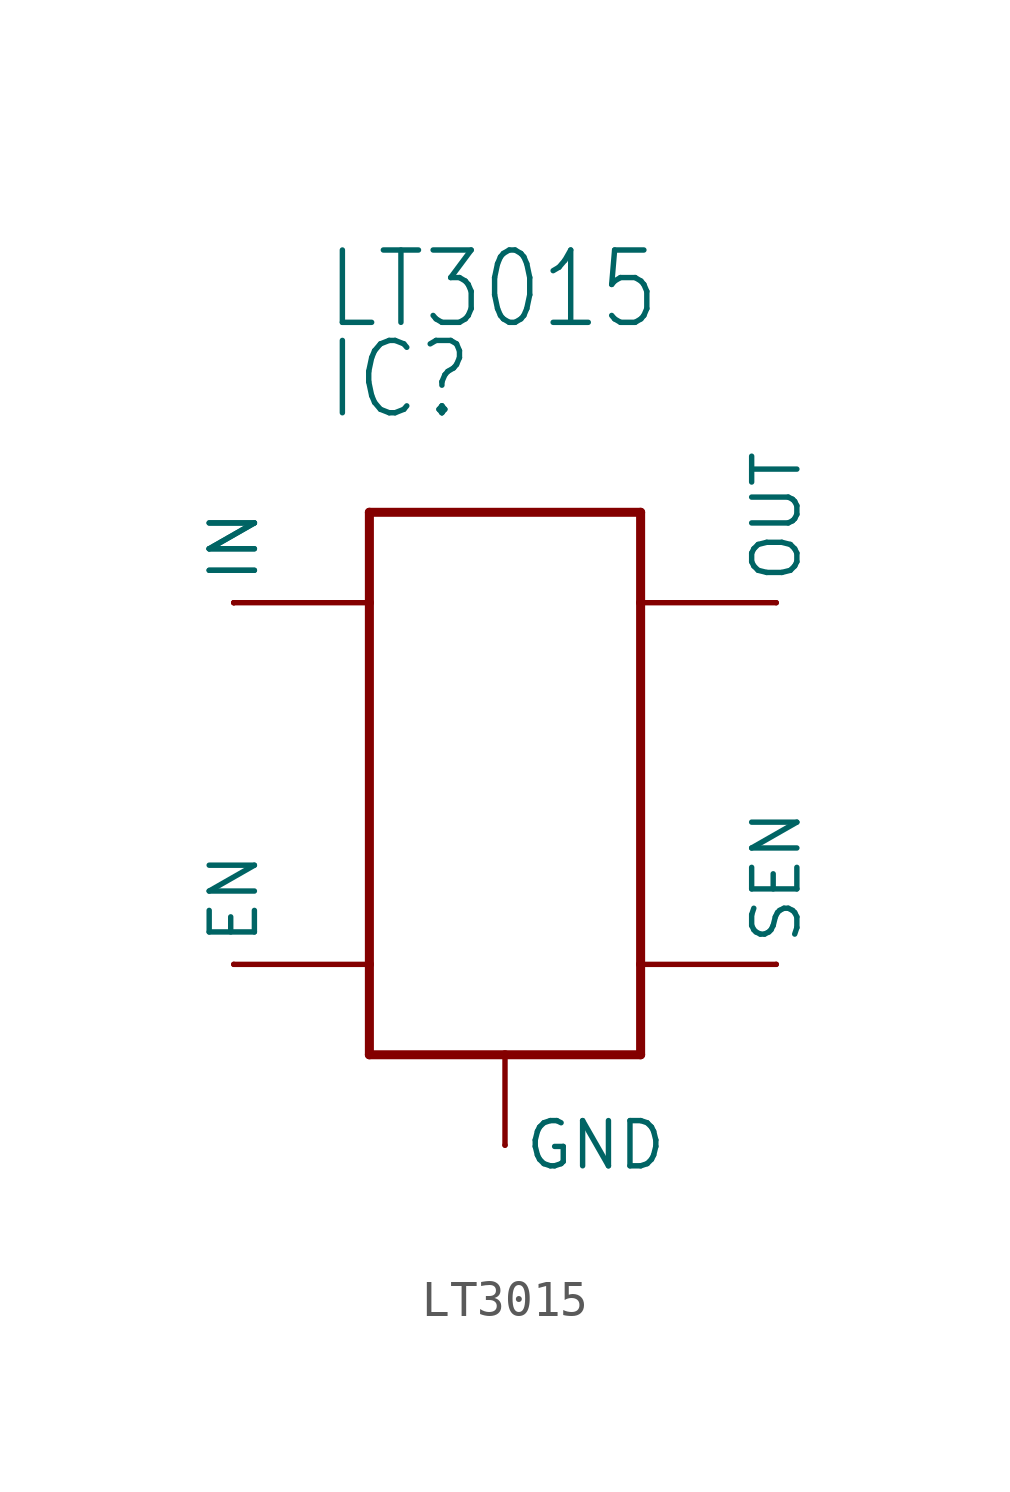
<source format=kicad_sym>
(kicad_symbol_lib
  (version 20211014)
  (generator kicad_symbol_editor)
  (symbol "LT3015"
    (property "Reference" "IC"
      (at -5.08 10.16 0)
      (effects (font (size 2.032 1.727)) (justify left bottom)))
    (property "Value" "LT3015"
      (at -5.08 12.7 0)
      (effects (font (size 2.032 1.727)) (justify left bottom)))
    (property "ki_locked" ""
      (at 0 0 0)
      (effects (font (size 1.27 1.27))))
    (symbol "LT3015_1_0"
      (polyline (pts (xy -3.81 -7.62) (xy -3.81 -5.08)) (stroke (width 0.254) (type default) (color 0 0 0 0)) (fill (type none)))
      (polyline (pts (xy -3.81 -5.08) (xy -7.62 -5.08)) (stroke (width 0.152) (type default) (color 0 0 0 0)) (fill (type none)))
      (polyline (pts (xy -3.81 -5.08) (xy -3.81 5.08)) (stroke (width 0.254) (type default) (color 0 0 0 0)) (fill (type none)))
      (polyline (pts (xy -3.81 5.08) (xy -7.62 5.08)) (stroke (width 0.152) (type default) (color 0 0 0 0)) (fill (type none)))
      (polyline (pts (xy -3.81 5.08) (xy -3.81 7.62)) (stroke (width 0.254) (type default) (color 0 0 0 0)) (fill (type none)))
      (polyline (pts (xy -3.81 7.62) (xy 3.81 7.62)) (stroke (width 0.254) (type default) (color 0 0 0 0)) (fill (type none)))
      (polyline (pts (xy 0 -7.62) (xy -3.81 -7.62)) (stroke (width 0.254) (type default) (color 0 0 0 0)) (fill (type none)))
      (polyline (pts (xy 0 -7.62) (xy 0 -10.16)) (stroke (width 0.152) (type default) (color 0 0 0 0)) (fill (type none)))
      (polyline (pts (xy 3.81 -7.62) (xy 0 -7.62)) (stroke (width 0.254) (type default) (color 0 0 0 0)) (fill (type none)))
      (polyline (pts (xy 3.81 -5.08) (xy 3.81 -7.62)) (stroke (width 0.254) (type default) (color 0 0 0 0)) (fill (type none)))
      (polyline (pts (xy 3.81 -5.08) (xy 7.62 -5.08)) (stroke (width 0.152) (type default) (color 0 0 0 0)) (fill (type none)))
      (polyline (pts (xy 3.81 5.08) (xy 3.81 -5.08)) (stroke (width 0.254) (type default) (color 0 0 0 0)) (fill (type none)))
      (polyline (pts (xy 3.81 5.08) (xy 7.62 5.08)) (stroke (width 0.152) (type default) (color 0 0 0 0)) (fill (type none)))
      (polyline (pts (xy 3.81 7.62) (xy 3.81 5.08)) (stroke (width 0.254) (type default) (color 0 0 0 0)) (fill (type none)))
      (pin bidirectional line (at -7.62 -5.08 90) (length 0) (name "EN" (effects (font (size 1.27 1.27)))) (number "1" (effects (font (size 0 0)))))
      (pin bidirectional line (at 0 -10.16 0) (length 0) (name "GND" (effects (font (size 1.27 1.27)))) (number "2" (effects (font (size 0 0)))))
      (pin bidirectional line (at -7.62 5.08 90) (length 0) (name "IN" (effects (font (size 1.27 1.27)))) (number "3" (effects (font (size 0 0)))))
      (pin bidirectional line (at 7.62 -5.08 90) (length 0) (name "SEN" (effects (font (size 1.27 1.27)))) (number "4" (effects (font (size 0 0)))))
      (pin bidirectional line (at 7.62 5.08 90) (length 0) (name "OUT" (effects (font (size 1.27 1.27)))) (number "5" (effects (font (size 0 0)))))
      (pin bidirectional line (at -7.62 5.08 90) (length 0) (name "IN" (effects (font (size 1.27 1.27)))) (number "6" (effects (font (size 0 0))))))))
</source>
